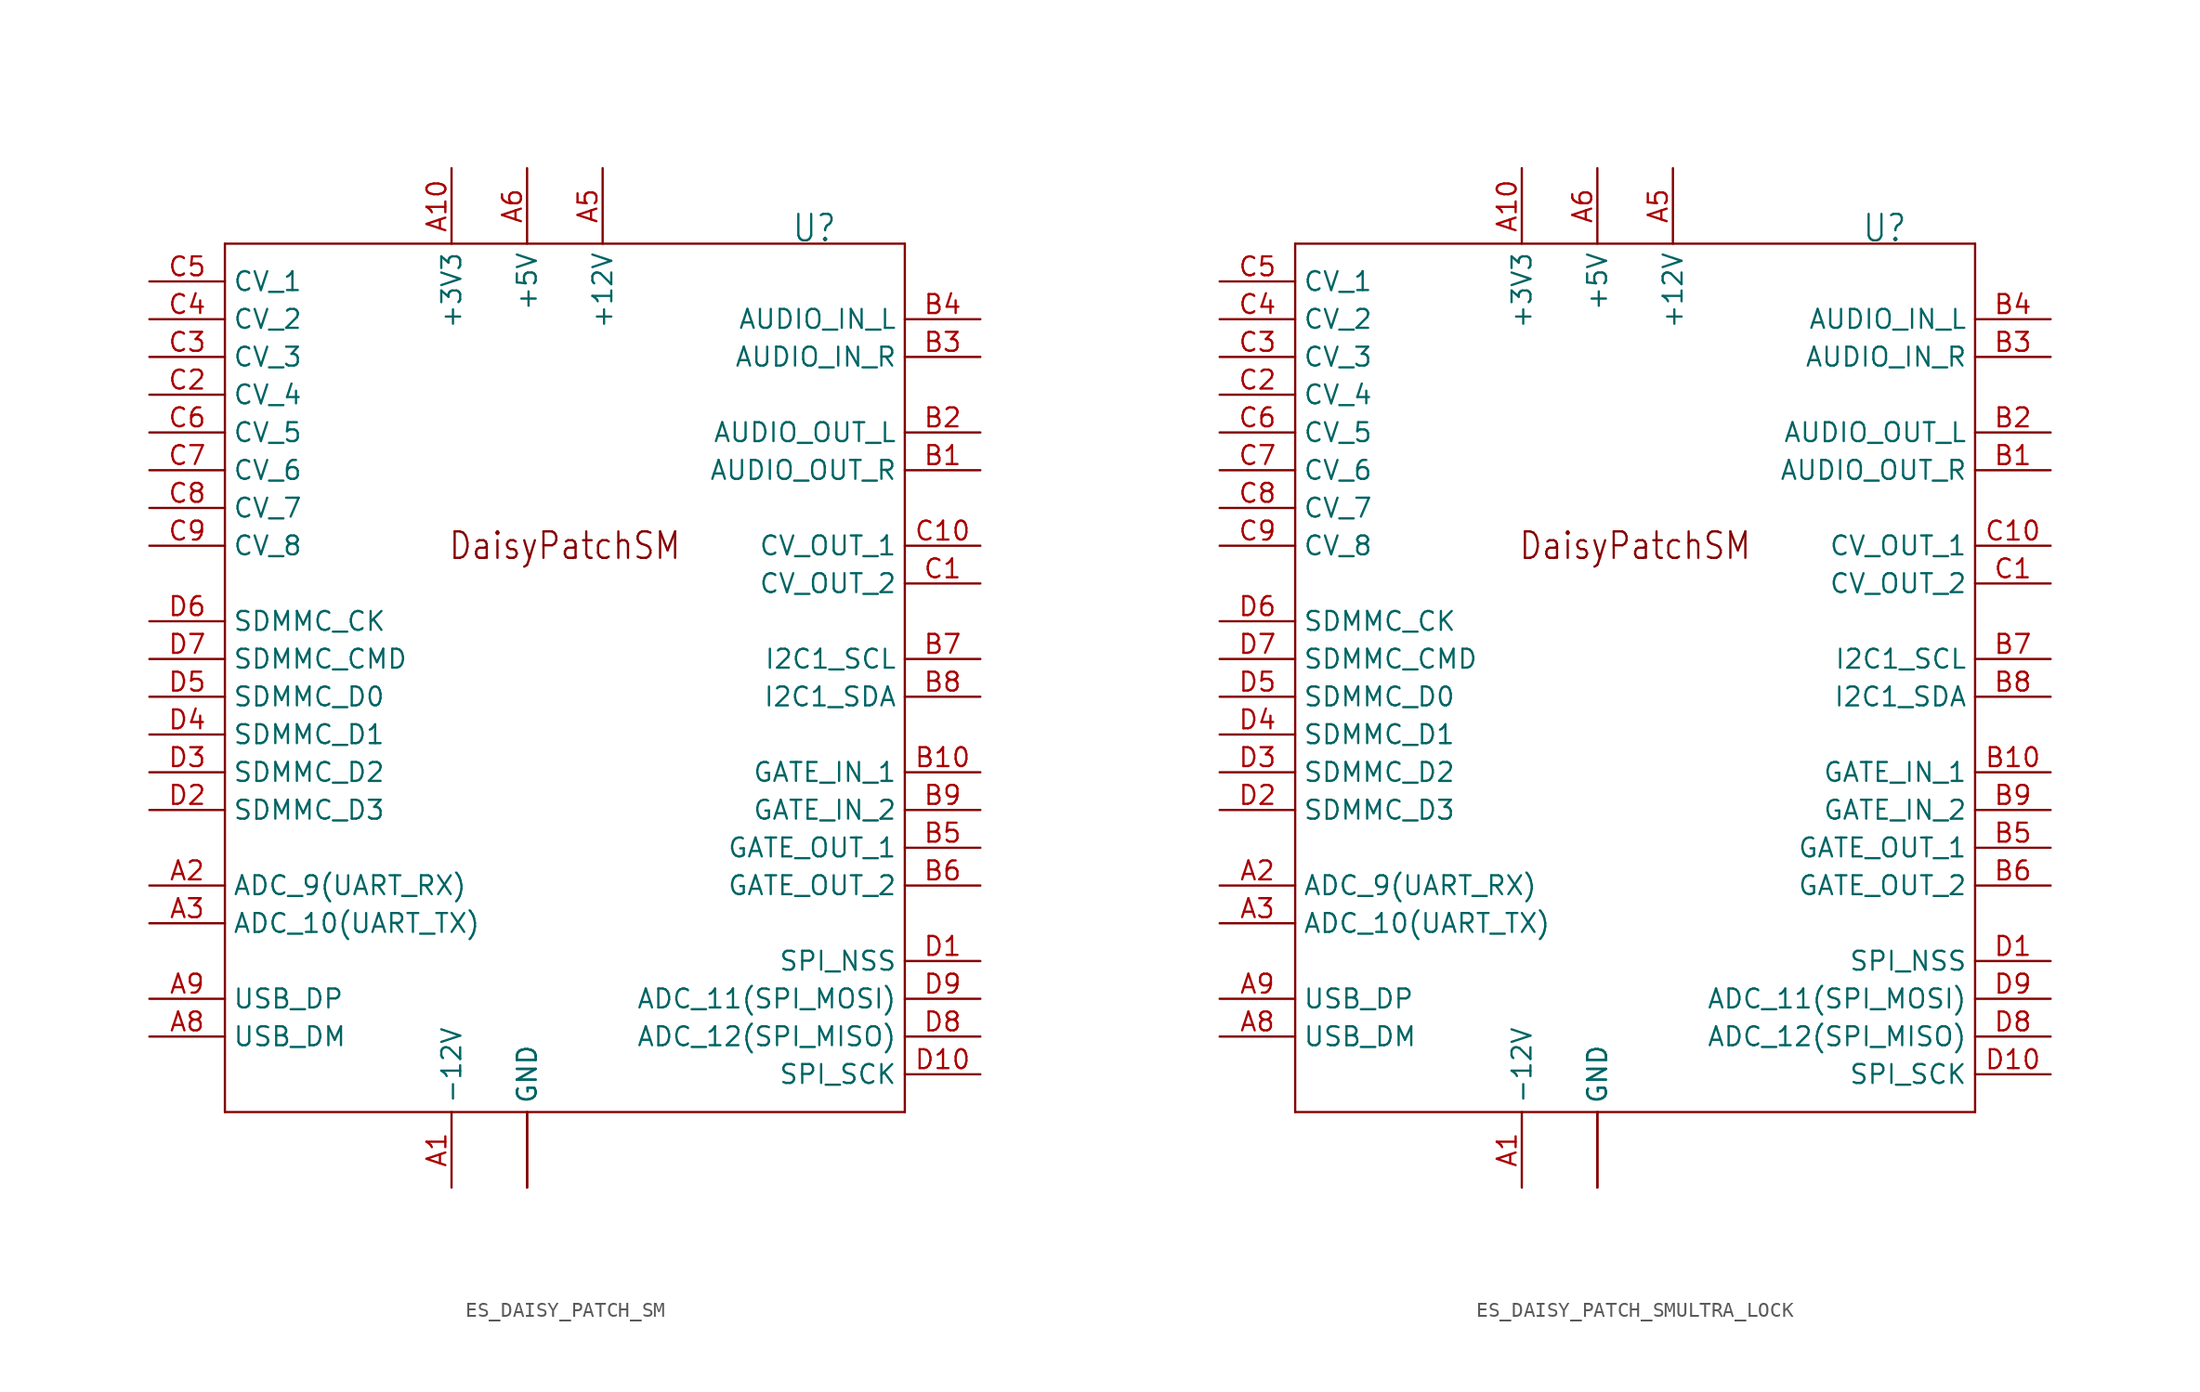
<source format=kicad_sym>
(kicad_symbol_lib
  (version 20211014)
  (generator kicad_symbol_editor)
  (symbol "ES_DAISY_PATCH_SM"
    (property "Reference" "U"
      (at 15.24 27.94 0)
      (effects (font (size 1.778 1.511)) (justify left bottom)))
    (property "ki_locked" ""
      (at 0 0 0)
      (effects (font (size 1.27 1.27))))
    (symbol "ES_DAISY_PATCH_SM_1_0"
      (polyline (pts (xy -22.86 -30.48) (xy 22.86 -30.48)) (stroke (width 0.152) (type default) (color 0 0 0 0)) (fill (type none)))
      (polyline (pts (xy -22.86 27.94) (xy -22.86 -30.48)) (stroke (width 0.152) (type default) (color 0 0 0 0)) (fill (type none)))
      (polyline (pts (xy 22.86 -30.48) (xy 22.86 27.94)) (stroke (width 0.152) (type default) (color 0 0 0 0)) (fill (type none)))
      (polyline (pts (xy 22.86 27.94) (xy -22.86 27.94)) (stroke (width 0.152) (type default) (color 0 0 0 0)) (fill (type none)))
      (text "DaisyPatchSM" (at 0 7.62 0) (effects (font (size 1.778 1.511))))
      (pin bidirectional line (at -7.62 -35.56 90) (length 5.08) (name "-12V" (effects (font (size 1.27 1.27)))) (number "A1" (effects (font (size 1.27 1.27)))))
      (pin bidirectional line (at -7.62 33.02 270) (length 5.08) (name "+3V3" (effects (font (size 1.27 1.27)))) (number "A10" (effects (font (size 1.27 1.27)))))
      (pin bidirectional line (at -27.94 -15.24 0) (length 5.08) (name "ADC_9(UART_RX)" (effects (font (size 1.27 1.27)))) (number "A2" (effects (font (size 1.27 1.27)))))
      (pin bidirectional line (at -27.94 -17.78 0) (length 5.08) (name "ADC_10(UART_TX)" (effects (font (size 1.27 1.27)))) (number "A3" (effects (font (size 1.27 1.27)))))
      (pin bidirectional line (at -2.54 -35.56 90) (length 5.08) (name "GND" (effects (font (size 1.27 1.27)))) (number "A4" (effects (font (size 0 0)))))
      (pin bidirectional line (at 2.54 33.02 270) (length 5.08) (name "+12V" (effects (font (size 1.27 1.27)))) (number "A5" (effects (font (size 1.27 1.27)))))
      (pin bidirectional line (at -2.54 33.02 270) (length 5.08) (name "+5V" (effects (font (size 1.27 1.27)))) (number "A6" (effects (font (size 1.27 1.27)))))
      (pin bidirectional line (at -2.54 -35.56 90) (length 5.08) (name "GND" (effects (font (size 1.27 1.27)))) (number "A7" (effects (font (size 0 0)))))
      (pin bidirectional line (at -27.94 -25.4 0) (length 5.08) (name "USB_DM" (effects (font (size 1.27 1.27)))) (number "A8" (effects (font (size 1.27 1.27)))))
      (pin bidirectional line (at -27.94 -22.86 0) (length 5.08) (name "USB_DP" (effects (font (size 1.27 1.27)))) (number "A9" (effects (font (size 1.27 1.27)))))
      (pin bidirectional line (at 27.94 12.7 180) (length 5.08) (name "AUDIO_OUT_R" (effects (font (size 1.27 1.27)))) (number "B1" (effects (font (size 1.27 1.27)))))
      (pin bidirectional line (at 27.94 -7.62 180) (length 5.08) (name "GATE_IN_1" (effects (font (size 1.27 1.27)))) (number "B10" (effects (font (size 1.27 1.27)))))
      (pin bidirectional line (at 27.94 15.24 180) (length 5.08) (name "AUDIO_OUT_L" (effects (font (size 1.27 1.27)))) (number "B2" (effects (font (size 1.27 1.27)))))
      (pin bidirectional line (at 27.94 20.32 180) (length 5.08) (name "AUDIO_IN_R" (effects (font (size 1.27 1.27)))) (number "B3" (effects (font (size 1.27 1.27)))))
      (pin bidirectional line (at 27.94 22.86 180) (length 5.08) (name "AUDIO_IN_L" (effects (font (size 1.27 1.27)))) (number "B4" (effects (font (size 1.27 1.27)))))
      (pin bidirectional line (at 27.94 -12.7 180) (length 5.08) (name "GATE_OUT_1" (effects (font (size 1.27 1.27)))) (number "B5" (effects (font (size 1.27 1.27)))))
      (pin bidirectional line (at 27.94 -15.24 180) (length 5.08) (name "GATE_OUT_2" (effects (font (size 1.27 1.27)))) (number "B6" (effects (font (size 1.27 1.27)))))
      (pin bidirectional line (at 27.94 0 180) (length 5.08) (name "I2C1_SCL" (effects (font (size 1.27 1.27)))) (number "B7" (effects (font (size 1.27 1.27)))))
      (pin bidirectional line (at 27.94 -2.54 180) (length 5.08) (name "I2C1_SDA" (effects (font (size 1.27 1.27)))) (number "B8" (effects (font (size 1.27 1.27)))))
      (pin bidirectional line (at 27.94 -10.16 180) (length 5.08) (name "GATE_IN_2" (effects (font (size 1.27 1.27)))) (number "B9" (effects (font (size 1.27 1.27)))))
      (pin bidirectional line (at 27.94 5.08 180) (length 5.08) (name "CV_OUT_2" (effects (font (size 1.27 1.27)))) (number "C1" (effects (font (size 1.27 1.27)))))
      (pin bidirectional line (at 27.94 7.62 180) (length 5.08) (name "CV_OUT_1" (effects (font (size 1.27 1.27)))) (number "C10" (effects (font (size 1.27 1.27)))))
      (pin bidirectional line (at -27.94 17.78 0) (length 5.08) (name "CV_4" (effects (font (size 1.27 1.27)))) (number "C2" (effects (font (size 1.27 1.27)))))
      (pin bidirectional line (at -27.94 20.32 0) (length 5.08) (name "CV_3" (effects (font (size 1.27 1.27)))) (number "C3" (effects (font (size 1.27 1.27)))))
      (pin bidirectional line (at -27.94 22.86 0) (length 5.08) (name "CV_2" (effects (font (size 1.27 1.27)))) (number "C4" (effects (font (size 1.27 1.27)))))
      (pin bidirectional line (at -27.94 25.4 0) (length 5.08) (name "CV_1" (effects (font (size 1.27 1.27)))) (number "C5" (effects (font (size 1.27 1.27)))))
      (pin bidirectional line (at -27.94 15.24 0) (length 5.08) (name "CV_5" (effects (font (size 1.27 1.27)))) (number "C6" (effects (font (size 1.27 1.27)))))
      (pin bidirectional line (at -27.94 12.7 0) (length 5.08) (name "CV_6" (effects (font (size 1.27 1.27)))) (number "C7" (effects (font (size 1.27 1.27)))))
      (pin bidirectional line (at -27.94 10.16 0) (length 5.08) (name "CV_7" (effects (font (size 1.27 1.27)))) (number "C8" (effects (font (size 1.27 1.27)))))
      (pin bidirectional line (at -27.94 7.62 0) (length 5.08) (name "CV_8" (effects (font (size 1.27 1.27)))) (number "C9" (effects (font (size 1.27 1.27)))))
      (pin bidirectional line (at 27.94 -20.32 180) (length 5.08) (name "SPI_NSS" (effects (font (size 1.27 1.27)))) (number "D1" (effects (font (size 1.27 1.27)))))
      (pin bidirectional line (at 27.94 -27.94 180) (length 5.08) (name "SPI_SCK" (effects (font (size 1.27 1.27)))) (number "D10" (effects (font (size 1.27 1.27)))))
      (pin bidirectional line (at -27.94 -10.16 0) (length 5.08) (name "SDMMC_D3" (effects (font (size 1.27 1.27)))) (number "D2" (effects (font (size 1.27 1.27)))))
      (pin bidirectional line (at -27.94 -7.62 0) (length 5.08) (name "SDMMC_D2" (effects (font (size 1.27 1.27)))) (number "D3" (effects (font (size 1.27 1.27)))))
      (pin bidirectional line (at -27.94 -5.08 0) (length 5.08) (name "SDMMC_D1" (effects (font (size 1.27 1.27)))) (number "D4" (effects (font (size 1.27 1.27)))))
      (pin bidirectional line (at -27.94 -2.54 0) (length 5.08) (name "SDMMC_D0" (effects (font (size 1.27 1.27)))) (number "D5" (effects (font (size 1.27 1.27)))))
      (pin bidirectional line (at -27.94 2.54 0) (length 5.08) (name "SDMMC_CK" (effects (font (size 1.27 1.27)))) (number "D6" (effects (font (size 1.27 1.27)))))
      (pin bidirectional line (at -27.94 0 0) (length 5.08) (name "SDMMC_CMD" (effects (font (size 1.27 1.27)))) (number "D7" (effects (font (size 1.27 1.27)))))
      (pin bidirectional line (at 27.94 -25.4 180) (length 5.08) (name "ADC_12(SPI_MISO)" (effects (font (size 1.27 1.27)))) (number "D8" (effects (font (size 1.27 1.27)))))
      (pin bidirectional line (at 27.94 -22.86 180) (length 5.08) (name "ADC_11(SPI_MOSI)" (effects (font (size 1.27 1.27)))) (number "D9" (effects (font (size 1.27 1.27)))))))
  (symbol "ES_DAISY_PATCH_SMULTRA_LOCK"
    (property "Reference" "U"
      (at 15.24 27.94 0)
      (effects (font (size 1.778 1.511)) (justify left bottom)))
    (property "ki_locked" ""
      (at 0 0 0)
      (effects (font (size 1.27 1.27))))
    (symbol "ES_DAISY_PATCH_SMULTRA_LOCK_1_0"
      (polyline (pts (xy -22.86 -30.48) (xy 22.86 -30.48)) (stroke (width 0.152) (type default) (color 0 0 0 0)) (fill (type none)))
      (polyline (pts (xy -22.86 27.94) (xy -22.86 -30.48)) (stroke (width 0.152) (type default) (color 0 0 0 0)) (fill (type none)))
      (polyline (pts (xy 22.86 -30.48) (xy 22.86 27.94)) (stroke (width 0.152) (type default) (color 0 0 0 0)) (fill (type none)))
      (polyline (pts (xy 22.86 27.94) (xy -22.86 27.94)) (stroke (width 0.152) (type default) (color 0 0 0 0)) (fill (type none)))
      (text "DaisyPatchSM" (at 0 7.62 0) (effects (font (size 1.778 1.511))))
      (pin bidirectional line (at -7.62 -35.56 90) (length 5.08) (name "-12V" (effects (font (size 1.27 1.27)))) (number "A1" (effects (font (size 1.27 1.27)))))
      (pin bidirectional line (at -7.62 33.02 270) (length 5.08) (name "+3V3" (effects (font (size 1.27 1.27)))) (number "A10" (effects (font (size 1.27 1.27)))))
      (pin bidirectional line (at -27.94 -15.24 0) (length 5.08) (name "ADC_9(UART_RX)" (effects (font (size 1.27 1.27)))) (number "A2" (effects (font (size 1.27 1.27)))))
      (pin bidirectional line (at -27.94 -17.78 0) (length 5.08) (name "ADC_10(UART_TX)" (effects (font (size 1.27 1.27)))) (number "A3" (effects (font (size 1.27 1.27)))))
      (pin bidirectional line (at -2.54 -35.56 90) (length 5.08) (name "GND" (effects (font (size 1.27 1.27)))) (number "A4" (effects (font (size 0 0)))))
      (pin bidirectional line (at 2.54 33.02 270) (length 5.08) (name "+12V" (effects (font (size 1.27 1.27)))) (number "A5" (effects (font (size 1.27 1.27)))))
      (pin bidirectional line (at -2.54 33.02 270) (length 5.08) (name "+5V" (effects (font (size 1.27 1.27)))) (number "A6" (effects (font (size 1.27 1.27)))))
      (pin bidirectional line (at -2.54 -35.56 90) (length 5.08) (name "GND" (effects (font (size 1.27 1.27)))) (number "A7" (effects (font (size 0 0)))))
      (pin bidirectional line (at -27.94 -25.4 0) (length 5.08) (name "USB_DM" (effects (font (size 1.27 1.27)))) (number "A8" (effects (font (size 1.27 1.27)))))
      (pin bidirectional line (at -27.94 -22.86 0) (length 5.08) (name "USB_DP" (effects (font (size 1.27 1.27)))) (number "A9" (effects (font (size 1.27 1.27)))))
      (pin bidirectional line (at 27.94 12.7 180) (length 5.08) (name "AUDIO_OUT_R" (effects (font (size 1.27 1.27)))) (number "B1" (effects (font (size 1.27 1.27)))))
      (pin bidirectional line (at 27.94 -7.62 180) (length 5.08) (name "GATE_IN_1" (effects (font (size 1.27 1.27)))) (number "B10" (effects (font (size 1.27 1.27)))))
      (pin bidirectional line (at 27.94 15.24 180) (length 5.08) (name "AUDIO_OUT_L" (effects (font (size 1.27 1.27)))) (number "B2" (effects (font (size 1.27 1.27)))))
      (pin bidirectional line (at 27.94 20.32 180) (length 5.08) (name "AUDIO_IN_R" (effects (font (size 1.27 1.27)))) (number "B3" (effects (font (size 1.27 1.27)))))
      (pin bidirectional line (at 27.94 22.86 180) (length 5.08) (name "AUDIO_IN_L" (effects (font (size 1.27 1.27)))) (number "B4" (effects (font (size 1.27 1.27)))))
      (pin bidirectional line (at 27.94 -12.7 180) (length 5.08) (name "GATE_OUT_1" (effects (font (size 1.27 1.27)))) (number "B5" (effects (font (size 1.27 1.27)))))
      (pin bidirectional line (at 27.94 -15.24 180) (length 5.08) (name "GATE_OUT_2" (effects (font (size 1.27 1.27)))) (number "B6" (effects (font (size 1.27 1.27)))))
      (pin bidirectional line (at 27.94 0 180) (length 5.08) (name "I2C1_SCL" (effects (font (size 1.27 1.27)))) (number "B7" (effects (font (size 1.27 1.27)))))
      (pin bidirectional line (at 27.94 -2.54 180) (length 5.08) (name "I2C1_SDA" (effects (font (size 1.27 1.27)))) (number "B8" (effects (font (size 1.27 1.27)))))
      (pin bidirectional line (at 27.94 -10.16 180) (length 5.08) (name "GATE_IN_2" (effects (font (size 1.27 1.27)))) (number "B9" (effects (font (size 1.27 1.27)))))
      (pin bidirectional line (at 27.94 5.08 180) (length 5.08) (name "CV_OUT_2" (effects (font (size 1.27 1.27)))) (number "C1" (effects (font (size 1.27 1.27)))))
      (pin bidirectional line (at 27.94 7.62 180) (length 5.08) (name "CV_OUT_1" (effects (font (size 1.27 1.27)))) (number "C10" (effects (font (size 1.27 1.27)))))
      (pin bidirectional line (at -27.94 17.78 0) (length 5.08) (name "CV_4" (effects (font (size 1.27 1.27)))) (number "C2" (effects (font (size 1.27 1.27)))))
      (pin bidirectional line (at -27.94 20.32 0) (length 5.08) (name "CV_3" (effects (font (size 1.27 1.27)))) (number "C3" (effects (font (size 1.27 1.27)))))
      (pin bidirectional line (at -27.94 22.86 0) (length 5.08) (name "CV_2" (effects (font (size 1.27 1.27)))) (number "C4" (effects (font (size 1.27 1.27)))))
      (pin bidirectional line (at -27.94 25.4 0) (length 5.08) (name "CV_1" (effects (font (size 1.27 1.27)))) (number "C5" (effects (font (size 1.27 1.27)))))
      (pin bidirectional line (at -27.94 15.24 0) (length 5.08) (name "CV_5" (effects (font (size 1.27 1.27)))) (number "C6" (effects (font (size 1.27 1.27)))))
      (pin bidirectional line (at -27.94 12.7 0) (length 5.08) (name "CV_6" (effects (font (size 1.27 1.27)))) (number "C7" (effects (font (size 1.27 1.27)))))
      (pin bidirectional line (at -27.94 10.16 0) (length 5.08) (name "CV_7" (effects (font (size 1.27 1.27)))) (number "C8" (effects (font (size 1.27 1.27)))))
      (pin bidirectional line (at -27.94 7.62 0) (length 5.08) (name "CV_8" (effects (font (size 1.27 1.27)))) (number "C9" (effects (font (size 1.27 1.27)))))
      (pin bidirectional line (at 27.94 -20.32 180) (length 5.08) (name "SPI_NSS" (effects (font (size 1.27 1.27)))) (number "D1" (effects (font (size 1.27 1.27)))))
      (pin bidirectional line (at 27.94 -27.94 180) (length 5.08) (name "SPI_SCK" (effects (font (size 1.27 1.27)))) (number "D10" (effects (font (size 1.27 1.27)))))
      (pin bidirectional line (at -27.94 -10.16 0) (length 5.08) (name "SDMMC_D3" (effects (font (size 1.27 1.27)))) (number "D2" (effects (font (size 1.27 1.27)))))
      (pin bidirectional line (at -27.94 -7.62 0) (length 5.08) (name "SDMMC_D2" (effects (font (size 1.27 1.27)))) (number "D3" (effects (font (size 1.27 1.27)))))
      (pin bidirectional line (at -27.94 -5.08 0) (length 5.08) (name "SDMMC_D1" (effects (font (size 1.27 1.27)))) (number "D4" (effects (font (size 1.27 1.27)))))
      (pin bidirectional line (at -27.94 -2.54 0) (length 5.08) (name "SDMMC_D0" (effects (font (size 1.27 1.27)))) (number "D5" (effects (font (size 1.27 1.27)))))
      (pin bidirectional line (at -27.94 2.54 0) (length 5.08) (name "SDMMC_CK" (effects (font (size 1.27 1.27)))) (number "D6" (effects (font (size 1.27 1.27)))))
      (pin bidirectional line (at -27.94 0 0) (length 5.08) (name "SDMMC_CMD" (effects (font (size 1.27 1.27)))) (number "D7" (effects (font (size 1.27 1.27)))))
      (pin bidirectional line (at 27.94 -25.4 180) (length 5.08) (name "ADC_12(SPI_MISO)" (effects (font (size 1.27 1.27)))) (number "D8" (effects (font (size 1.27 1.27)))))
      (pin bidirectional line (at 27.94 -22.86 180) (length 5.08) (name "ADC_11(SPI_MOSI)" (effects (font (size 1.27 1.27)))) (number "D9" (effects (font (size 1.27 1.27))))))))
</source>
